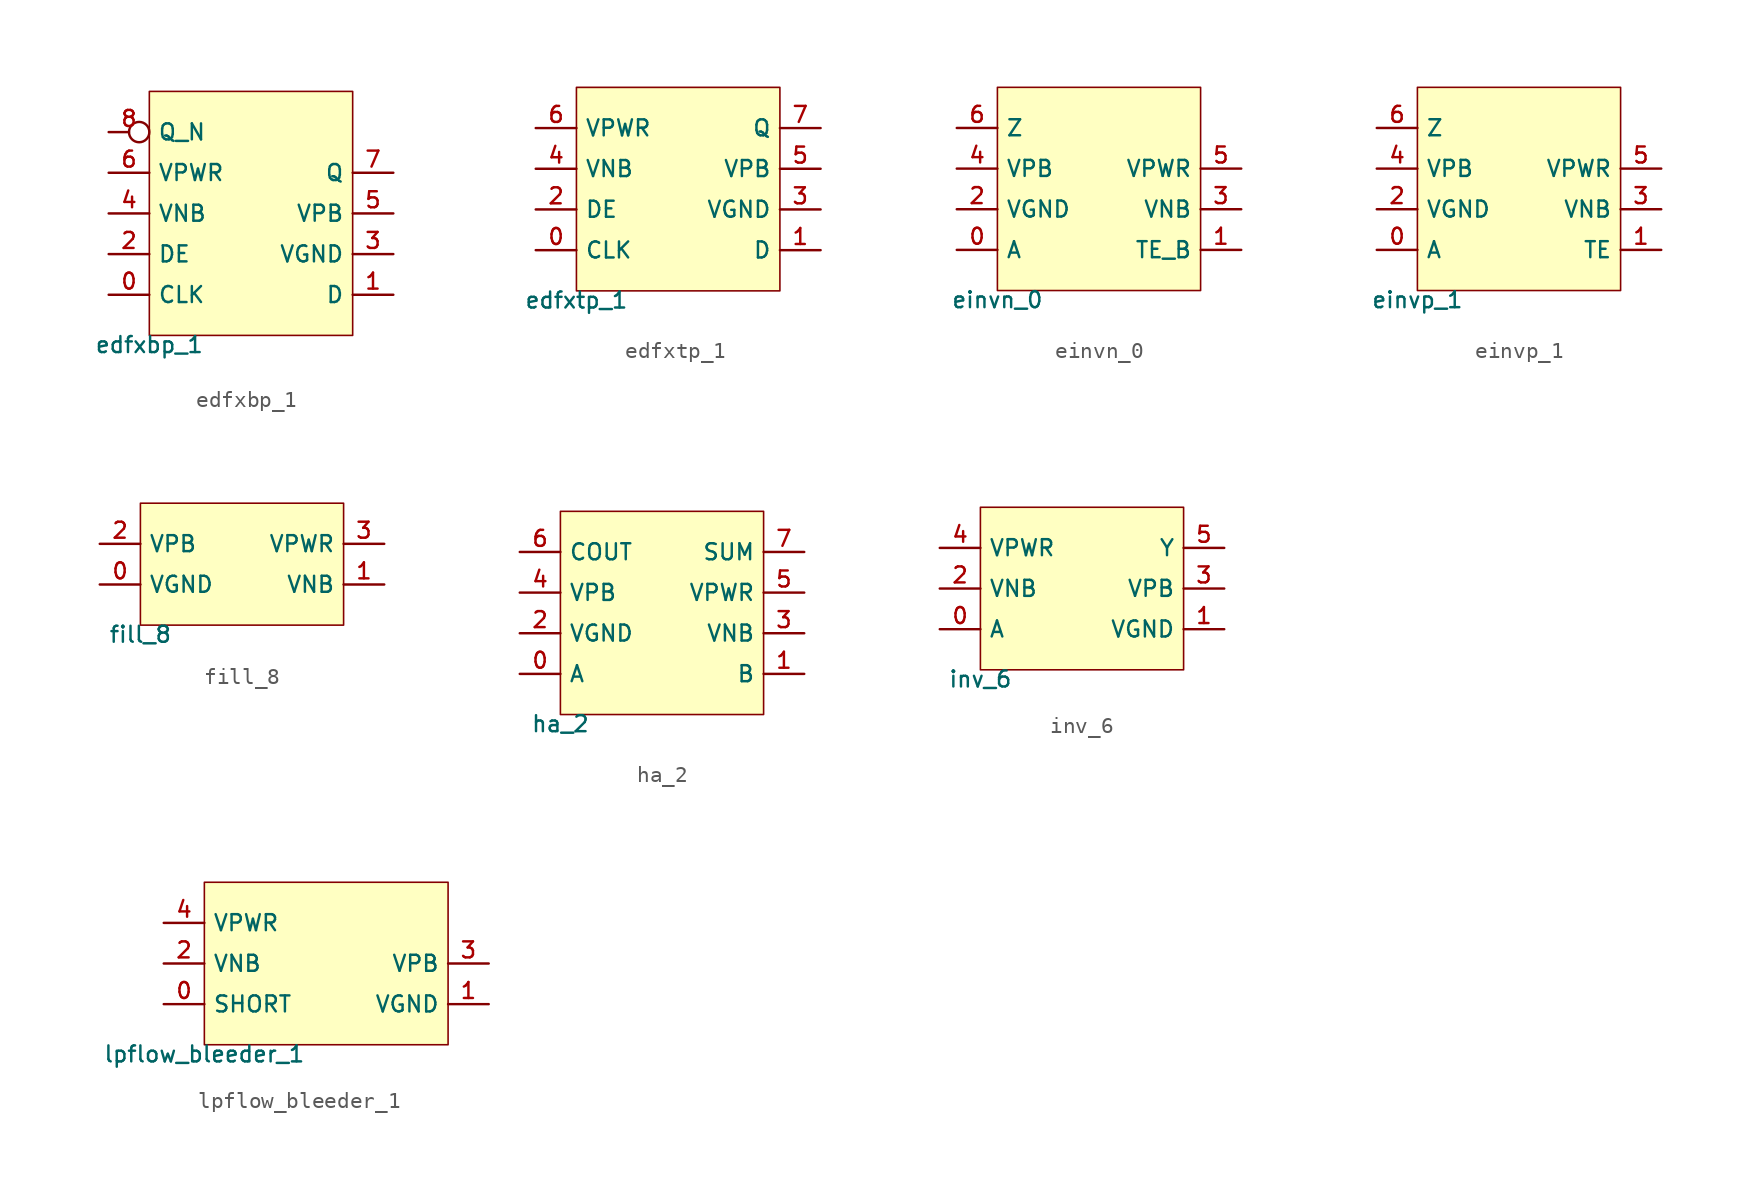
<source format=kicad_sym>
(kicad_symbol_lib
  (version 20211014)
  (generator pdk2kicad)
  (symbol "edfxbp_1"
    (property "Reference" "X"
      (at 0 0 0)
      (effects (font (size 1 1)) hide))
    (property "Value" "edfxbp_1"
      (at -6.35 -7.62 0)
      (effects (font (size 1 1)) (justify top)))
    (rectangle
      (start -6.35 -7.62)
      (end 6.35 7.62)
      (stroke (width 0.1) (type solid) (color 0 0 0 0))
      (fill (type background)))
    (pin bidirectional line
      (at -8.89 -5.08 0)
      (length 2.54)
      (name "CLK" (effects (font (size 1 1)) hide))
      (number "0" (effects (font (size 1 1)) hide)))
    (pin bidirectional line
      (at 8.89 -5.08 180)
      (length 2.54)
      (name "D" (effects (font (size 1 1)) hide))
      (number "1" (effects (font (size 1 1)) hide)))
    (pin bidirectional line
      (at -8.89 -2.54 0)
      (length 2.54)
      (name "DE" (effects (font (size 1 1)) hide))
      (number "2" (effects (font (size 1 1)) hide)))
    (pin bidirectional line
      (at 8.89 -2.54 180)
      (length 2.54)
      (name "VGND" (effects (font (size 1 1)) hide))
      (number "3" (effects (font (size 1 1)) hide)))
    (pin bidirectional line
      (at -8.89 8.881784197001252e-16 0)
      (length 2.54)
      (name "VNB" (effects (font (size 1 1)) hide))
      (number "4" (effects (font (size 1 1)) hide)))
    (pin bidirectional line
      (at 8.89 8.881784197001252e-16 180)
      (length 2.54)
      (name "VPB" (effects (font (size 1 1)) hide))
      (number "5" (effects (font (size 1 1)) hide)))
    (pin bidirectional line
      (at -8.89 2.54 0)
      (length 2.54)
      (name "VPWR" (effects (font (size 1 1)) hide))
      (number "6" (effects (font (size 1 1)) hide)))
    (pin bidirectional line
      (at 8.89 2.54 180)
      (length 2.54)
      (name "Q" (effects (font (size 1 1)) hide))
      (number "7" (effects (font (size 1 1)) hide)))
    (pin bidirectional inverted
      (at -8.89 5.08 0)
      (length 2.54)
      (name "Q_N" (effects (font (size 1 1)) hide))
      (number "8" (effects (font (size 1 1)) hide))))
  (symbol "edfxtp_1"
    (property "Reference" "X"
      (at 0 0 0)
      (effects (font (size 1 1)) hide))
    (property "Value" "edfxtp_1"
      (at -6.35 -6.35 0)
      (effects (font (size 1 1)) (justify top)))
    (rectangle
      (start -6.35 -6.35)
      (end 6.35 6.35)
      (stroke (width 0.1) (type solid) (color 0 0 0 0))
      (fill (type background)))
    (pin bidirectional line
      (at -8.89 -3.81 0)
      (length 2.54)
      (name "CLK" (effects (font (size 1 1)) hide))
      (number "0" (effects (font (size 1 1)) hide)))
    (pin bidirectional line
      (at 8.89 -3.81 180)
      (length 2.54)
      (name "D" (effects (font (size 1 1)) hide))
      (number "1" (effects (font (size 1 1)) hide)))
    (pin bidirectional line
      (at -8.89 -1.27 0)
      (length 2.54)
      (name "DE" (effects (font (size 1 1)) hide))
      (number "2" (effects (font (size 1 1)) hide)))
    (pin bidirectional line
      (at 8.89 -1.27 180)
      (length 2.54)
      (name "VGND" (effects (font (size 1 1)) hide))
      (number "3" (effects (font (size 1 1)) hide)))
    (pin bidirectional line
      (at -8.89 1.27 0)
      (length 2.54)
      (name "VNB" (effects (font (size 1 1)) hide))
      (number "4" (effects (font (size 1 1)) hide)))
    (pin bidirectional line
      (at 8.89 1.27 180)
      (length 2.54)
      (name "VPB" (effects (font (size 1 1)) hide))
      (number "5" (effects (font (size 1 1)) hide)))
    (pin bidirectional line
      (at -8.89 3.81 0)
      (length 2.54)
      (name "VPWR" (effects (font (size 1 1)) hide))
      (number "6" (effects (font (size 1 1)) hide)))
    (pin bidirectional line
      (at 8.89 3.81 180)
      (length 2.54)
      (name "Q" (effects (font (size 1 1)) hide))
      (number "7" (effects (font (size 1 1)) hide))))
  (symbol "einvn_0"
    (property "Reference" "X"
      (at 0 0 0)
      (effects (font (size 1 1)) hide))
    (property "Value" "einvn_0"
      (at -6.35 -6.35 0)
      (effects (font (size 1 1)) (justify top)))
    (rectangle
      (start -6.35 -6.35)
      (end 6.35 6.35)
      (stroke (width 0.1) (type solid) (color 0 0 0 0))
      (fill (type background)))
    (pin bidirectional line
      (at -8.89 -3.81 0)
      (length 2.54)
      (name "A" (effects (font (size 1 1)) hide))
      (number "0" (effects (font (size 1 1)) hide)))
    (pin bidirectional line
      (at 8.89 -3.81 180)
      (length 2.54)
      (name "TE_B" (effects (font (size 1 1)) hide))
      (number "1" (effects (font (size 1 1)) hide)))
    (pin bidirectional line
      (at -8.89 -1.27 0)
      (length 2.54)
      (name "VGND" (effects (font (size 1 1)) hide))
      (number "2" (effects (font (size 1 1)) hide)))
    (pin bidirectional line
      (at 8.89 -1.27 180)
      (length 2.54)
      (name "VNB" (effects (font (size 1 1)) hide))
      (number "3" (effects (font (size 1 1)) hide)))
    (pin bidirectional line
      (at -8.89 1.27 0)
      (length 2.54)
      (name "VPB" (effects (font (size 1 1)) hide))
      (number "4" (effects (font (size 1 1)) hide)))
    (pin bidirectional line
      (at 8.89 1.27 180)
      (length 2.54)
      (name "VPWR" (effects (font (size 1 1)) hide))
      (number "5" (effects (font (size 1 1)) hide)))
    (pin bidirectional line
      (at -8.89 3.81 0)
      (length 2.54)
      (name "Z" (effects (font (size 1 1)) hide))
      (number "6" (effects (font (size 1 1)) hide))))
  (symbol "einvp_1"
    (property "Reference" "X"
      (at 0 0 0)
      (effects (font (size 1 1)) hide))
    (property "Value" "einvp_1"
      (at -6.35 -6.35 0)
      (effects (font (size 1 1)) (justify top)))
    (rectangle
      (start -6.35 -6.35)
      (end 6.35 6.35)
      (stroke (width 0.1) (type solid) (color 0 0 0 0))
      (fill (type background)))
    (pin bidirectional line
      (at -8.89 -3.81 0)
      (length 2.54)
      (name "A" (effects (font (size 1 1)) hide))
      (number "0" (effects (font (size 1 1)) hide)))
    (pin bidirectional line
      (at 8.89 -3.81 180)
      (length 2.54)
      (name "TE" (effects (font (size 1 1)) hide))
      (number "1" (effects (font (size 1 1)) hide)))
    (pin bidirectional line
      (at -8.89 -1.27 0)
      (length 2.54)
      (name "VGND" (effects (font (size 1 1)) hide))
      (number "2" (effects (font (size 1 1)) hide)))
    (pin bidirectional line
      (at 8.89 -1.27 180)
      (length 2.54)
      (name "VNB" (effects (font (size 1 1)) hide))
      (number "3" (effects (font (size 1 1)) hide)))
    (pin bidirectional line
      (at -8.89 1.27 0)
      (length 2.54)
      (name "VPB" (effects (font (size 1 1)) hide))
      (number "4" (effects (font (size 1 1)) hide)))
    (pin bidirectional line
      (at 8.89 1.27 180)
      (length 2.54)
      (name "VPWR" (effects (font (size 1 1)) hide))
      (number "5" (effects (font (size 1 1)) hide)))
    (pin bidirectional line
      (at -8.89 3.81 0)
      (length 2.54)
      (name "Z" (effects (font (size 1 1)) hide))
      (number "6" (effects (font (size 1 1)) hide))))
  (symbol "fill_8"
    (property "Reference" "X"
      (at 0 0 0)
      (effects (font (size 1 1)) hide))
    (property "Value" "fill_8"
      (at -6.35 -3.81 0)
      (effects (font (size 1 1)) (justify top)))
    (rectangle
      (start -6.35 -3.81)
      (end 6.35 3.81)
      (stroke (width 0.1) (type solid) (color 0 0 0 0))
      (fill (type background)))
    (pin bidirectional line
      (at -8.89 -1.27 0)
      (length 2.54)
      (name "VGND" (effects (font (size 1 1)) hide))
      (number "0" (effects (font (size 1 1)) hide)))
    (pin bidirectional line
      (at 8.89 -1.27 180)
      (length 2.54)
      (name "VNB" (effects (font (size 1 1)) hide))
      (number "1" (effects (font (size 1 1)) hide)))
    (pin bidirectional line
      (at -8.89 1.27 0)
      (length 2.54)
      (name "VPB" (effects (font (size 1 1)) hide))
      (number "2" (effects (font (size 1 1)) hide)))
    (pin bidirectional line
      (at 8.89 1.27 180)
      (length 2.54)
      (name "VPWR" (effects (font (size 1 1)) hide))
      (number "3" (effects (font (size 1 1)) hide))))
  (symbol "ha_2"
    (property "Reference" "X"
      (at 0 0 0)
      (effects (font (size 1 1)) hide))
    (property "Value" "ha_2"
      (at -6.35 -6.35 0)
      (effects (font (size 1 1)) (justify top)))
    (rectangle
      (start -6.35 -6.35)
      (end 6.35 6.35)
      (stroke (width 0.1) (type solid) (color 0 0 0 0))
      (fill (type background)))
    (pin bidirectional line
      (at -8.89 -3.81 0)
      (length 2.54)
      (name "A" (effects (font (size 1 1)) hide))
      (number "0" (effects (font (size 1 1)) hide)))
    (pin bidirectional line
      (at 8.89 -3.81 180)
      (length 2.54)
      (name "B" (effects (font (size 1 1)) hide))
      (number "1" (effects (font (size 1 1)) hide)))
    (pin bidirectional line
      (at -8.89 -1.27 0)
      (length 2.54)
      (name "VGND" (effects (font (size 1 1)) hide))
      (number "2" (effects (font (size 1 1)) hide)))
    (pin bidirectional line
      (at 8.89 -1.27 180)
      (length 2.54)
      (name "VNB" (effects (font (size 1 1)) hide))
      (number "3" (effects (font (size 1 1)) hide)))
    (pin bidirectional line
      (at -8.89 1.27 0)
      (length 2.54)
      (name "VPB" (effects (font (size 1 1)) hide))
      (number "4" (effects (font (size 1 1)) hide)))
    (pin bidirectional line
      (at 8.89 1.27 180)
      (length 2.54)
      (name "VPWR" (effects (font (size 1 1)) hide))
      (number "5" (effects (font (size 1 1)) hide)))
    (pin bidirectional line
      (at -8.89 3.81 0)
      (length 2.54)
      (name "COUT" (effects (font (size 1 1)) hide))
      (number "6" (effects (font (size 1 1)) hide)))
    (pin bidirectional line
      (at 8.89 3.81 180)
      (length 2.54)
      (name "SUM" (effects (font (size 1 1)) hide))
      (number "7" (effects (font (size 1 1)) hide))))
  (symbol "inv_6"
    (property "Reference" "X"
      (at 0 0 0)
      (effects (font (size 1 1)) hide))
    (property "Value" "inv_6"
      (at -6.35 -5.08 0)
      (effects (font (size 1 1)) (justify top)))
    (rectangle
      (start -6.35 -5.08)
      (end 6.35 5.08)
      (stroke (width 0.1) (type solid) (color 0 0 0 0))
      (fill (type background)))
    (pin bidirectional line
      (at -8.89 -2.54 0)
      (length 2.54)
      (name "A" (effects (font (size 1 1)) hide))
      (number "0" (effects (font (size 1 1)) hide)))
    (pin bidirectional line
      (at 8.89 -2.54 180)
      (length 2.54)
      (name "VGND" (effects (font (size 1 1)) hide))
      (number "1" (effects (font (size 1 1)) hide)))
    (pin bidirectional line
      (at -8.89 0.0 0)
      (length 2.54)
      (name "VNB" (effects (font (size 1 1)) hide))
      (number "2" (effects (font (size 1 1)) hide)))
    (pin bidirectional line
      (at 8.89 0.0 180)
      (length 2.54)
      (name "VPB" (effects (font (size 1 1)) hide))
      (number "3" (effects (font (size 1 1)) hide)))
    (pin bidirectional line
      (at -8.89 2.54 0)
      (length 2.54)
      (name "VPWR" (effects (font (size 1 1)) hide))
      (number "4" (effects (font (size 1 1)) hide)))
    (pin bidirectional line
      (at 8.89 2.54 180)
      (length 2.54)
      (name "Y" (effects (font (size 1 1)) hide))
      (number "5" (effects (font (size 1 1)) hide))))
  (symbol "lpflow_bleeder_1"
    (property "Reference" "X"
      (at 0 0 0)
      (effects (font (size 1 1)) hide))
    (property "Value" "lpflow_bleeder_1"
      (at -7.62 -5.08 0)
      (effects (font (size 1 1)) (justify top)))
    (rectangle
      (start -7.62 -5.08)
      (end 7.62 5.08)
      (stroke (width 0.1) (type solid) (color 0 0 0 0))
      (fill (type background)))
    (pin bidirectional line
      (at -10.16 -2.54 0)
      (length 2.54)
      (name "SHORT" (effects (font (size 1 1)) hide))
      (number "0" (effects (font (size 1 1)) hide)))
    (pin bidirectional line
      (at 10.16 -2.54 180)
      (length 2.54)
      (name "VGND" (effects (font (size 1 1)) hide))
      (number "1" (effects (font (size 1 1)) hide)))
    (pin bidirectional line
      (at -10.16 0.0 0)
      (length 2.54)
      (name "VNB" (effects (font (size 1 1)) hide))
      (number "2" (effects (font (size 1 1)) hide)))
    (pin bidirectional line
      (at 10.16 0.0 180)
      (length 2.54)
      (name "VPB" (effects (font (size 1 1)) hide))
      (number "3" (effects (font (size 1 1)) hide)))
    (pin bidirectional line
      (at -10.16 2.54 0)
      (length 2.54)
      (name "VPWR" (effects (font (size 1 1)) hide))
      (number "4" (effects (font (size 1 1)) hide)))))
</source>
